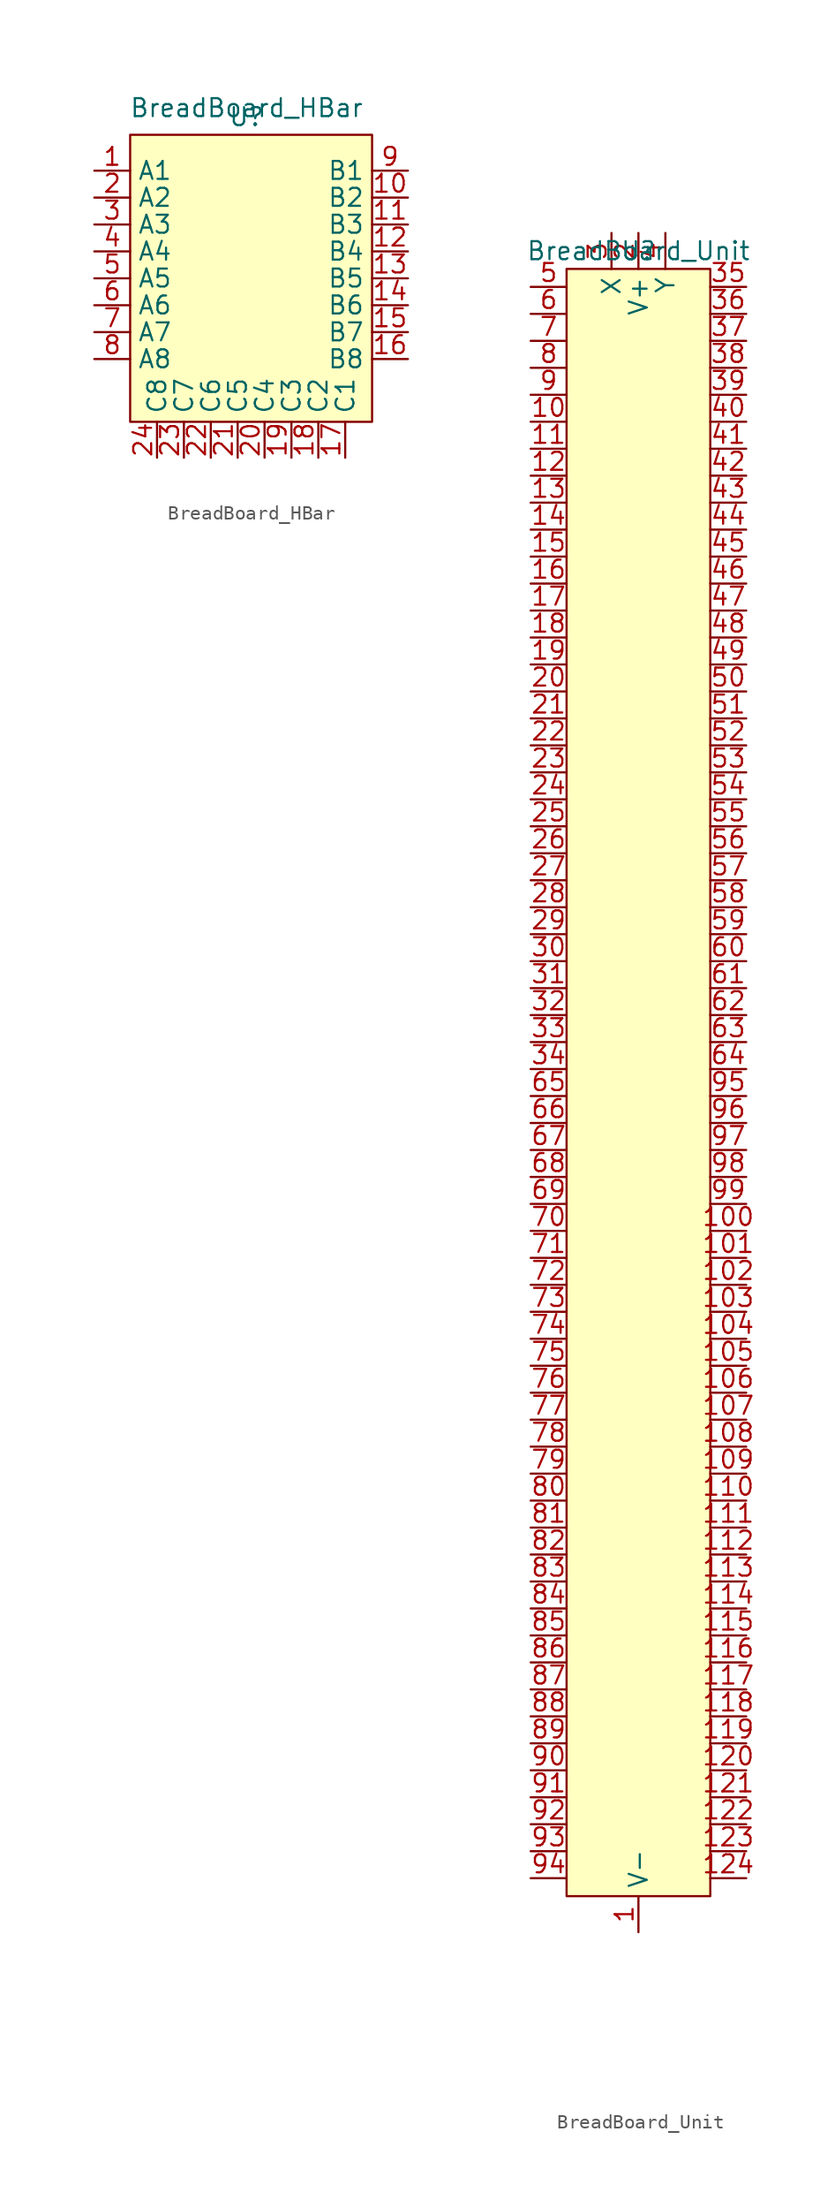
<source format=kicad_sym>
(kicad_symbol_lib
  (version 20241209)
  (generator "kicad_symbol_editor")
  (generator_version "9.0")
  (symbol "BreadBoard_HBar"
    (property "Reference" "U"
      (at 0 -0.635 0)
      (effects (font (size 1.27 1.27))))
    (property "Value" "BreadBoard_HBar"
      (at 0 0 0)
      (effects (font (size 1.27 1.27))))
    (symbol "BreadBoard_HBar_1_1"
      (rectangle (start -8.255 -1.905) (end 8.89 -22.225) (stroke (width 0) (type default)) (fill (type background)))
      (pin passive line (at -10.795 -4.445 0) (length 2.54) (name "A1" (effects (font (size 1.27 1.27)))) (number "1" (effects (font (size 1.27 1.27)))))
      (pin passive line (at -10.795 -6.35 0) (length 2.54) (name "A2" (effects (font (size 1.27 1.27)))) (number "2" (effects (font (size 1.27 1.27)))))
      (pin passive line (at -10.795 -8.255 0) (length 2.54) (name "A3" (effects (font (size 1.27 1.27)))) (number "3" (effects (font (size 1.27 1.27)))))
      (pin passive line (at -10.795 -10.16 0) (length 2.54) (name "A4" (effects (font (size 1.27 1.27)))) (number "4" (effects (font (size 1.27 1.27)))))
      (pin passive line (at -10.795 -12.065 0) (length 2.54) (name "A5" (effects (font (size 1.27 1.27)))) (number "5" (effects (font (size 1.27 1.27)))))
      (pin passive line (at -10.795 -13.97 0) (length 2.54) (name "A6" (effects (font (size 1.27 1.27)))) (number "6" (effects (font (size 1.27 1.27)))))
      (pin passive line (at -10.795 -15.875 0) (length 2.54) (name "A7" (effects (font (size 1.27 1.27)))) (number "7" (effects (font (size 1.27 1.27)))))
      (pin passive line (at -10.795 -17.78 0) (length 2.54) (name "A8" (effects (font (size 1.27 1.27)))) (number "8" (effects (font (size 1.27 1.27)))))
      (pin passive line (at -6.35 -24.765 90) (length 2.54) (name "C8" (effects (font (size 1.27 1.27)))) (number "24" (effects (font (size 1.27 1.27)))))
      (pin passive line (at -4.445 -24.765 90) (length 2.54) (name "C7" (effects (font (size 1.27 1.27)))) (number "23" (effects (font (size 1.27 1.27)))))
      (pin passive line (at -2.54 -24.765 90) (length 2.54) (name "C6" (effects (font (size 1.27 1.27)))) (number "22" (effects (font (size 1.27 1.27)))))
      (pin passive line (at -0.635 -24.765 90) (length 2.54) (name "C5" (effects (font (size 1.27 1.27)))) (number "21" (effects (font (size 1.27 1.27)))))
      (pin passive line (at 1.27 -24.765 90) (length 2.54) (name "C4" (effects (font (size 1.27 1.27)))) (number "20" (effects (font (size 1.27 1.27)))))
      (pin passive line (at 3.175 -24.765 90) (length 2.54) (name "C3" (effects (font (size 1.27 1.27)))) (number "19" (effects (font (size 1.27 1.27)))))
      (pin passive line (at 5.08 -24.765 90) (length 2.54) (name "C2" (effects (font (size 1.27 1.27)))) (number "18" (effects (font (size 1.27 1.27)))))
      (pin passive line (at 6.985 -24.765 90) (length 2.54) (name "C1" (effects (font (size 1.27 1.27)))) (number "17" (effects (font (size 1.27 1.27)))))
      (pin passive line (at 11.43 -4.445 180) (length 2.54) (name "B1" (effects (font (size 1.27 1.27)))) (number "9" (effects (font (size 1.27 1.27)))))
      (pin passive line (at 11.43 -6.35 180) (length 2.54) (name "B2" (effects (font (size 1.27 1.27)))) (number "10" (effects (font (size 1.27 1.27)))))
      (pin passive line (at 11.43 -8.255 180) (length 2.54) (name "B3" (effects (font (size 1.27 1.27)))) (number "11" (effects (font (size 1.27 1.27)))))
      (pin passive line (at 11.43 -10.16 180) (length 2.54) (name "B4" (effects (font (size 1.27 1.27)))) (number "12" (effects (font (size 1.27 1.27)))))
      (pin passive line (at 11.43 -12.065 180) (length 2.54) (name "B5" (effects (font (size 1.27 1.27)))) (number "13" (effects (font (size 1.27 1.27)))))
      (pin passive line (at 11.43 -13.97 180) (length 2.54) (name "B6" (effects (font (size 1.27 1.27)))) (number "14" (effects (font (size 1.27 1.27)))))
      (pin passive line (at 11.43 -15.875 180) (length 2.54) (name "B7" (effects (font (size 1.27 1.27)))) (number "15" (effects (font (size 1.27 1.27)))))
      (pin passive line (at 11.43 -17.78 180) (length 2.54) (name "B8" (effects (font (size 1.27 1.27)))) (number "16" (effects (font (size 1.27 1.27)))))))
  (symbol "BreadBoard_Unit"
    (property "Reference" "U"
      (at 0 0 0)
      (effects (font (size 1.27 1.27))))
    (property "Value" "BreadBoard_Unit"
      (at 0 0 0)
      (effects (font (size 1.27 1.27))))
    (symbol "BreadBoard_Unit_1_1"
      (rectangle (start -5.08 -1.27) (end 5.08 -116.205) (stroke (width 0) (type default)) (fill (type background)))
      (pin passive line (at -7.62 -2.54 0) (length 2.54) (name "~" (effects (font (size 1.27 1.27)))) (number "5" (effects (font (size 1.27 1.27)))))
      (pin passive line (at -7.62 -4.445 0) (length 2.54) (name "~" (effects (font (size 1.27 1.27)))) (number "6" (effects (font (size 1.27 1.27)))))
      (pin passive line (at -7.62 -6.35 0) (length 2.54) (name "~" (effects (font (size 1.27 1.27)))) (number "7" (effects (font (size 1.27 1.27)))))
      (pin passive line (at -7.62 -8.255 0) (length 2.54) (name "~" (effects (font (size 1.27 1.27)))) (number "8" (effects (font (size 1.27 1.27)))))
      (pin passive line (at -7.62 -10.16 0) (length 2.54) (name "~" (effects (font (size 1.27 1.27)))) (number "9" (effects (font (size 1.27 1.27)))))
      (pin passive line (at -7.62 -12.065 0) (length 2.54) (name "~" (effects (font (size 1.27 1.27)))) (number "10" (effects (font (size 1.27 1.27)))))
      (pin passive line (at -7.62 -13.97 0) (length 2.54) (name "~" (effects (font (size 1.27 1.27)))) (number "11" (effects (font (size 1.27 1.27)))))
      (pin passive line (at -7.62 -15.875 0) (length 2.54) (name "~" (effects (font (size 1.27 1.27)))) (number "12" (effects (font (size 1.27 1.27)))))
      (pin passive line (at -7.62 -17.78 0) (length 2.54) (name "~" (effects (font (size 1.27 1.27)))) (number "13" (effects (font (size 1.27 1.27)))))
      (pin passive line (at -7.62 -19.685 0) (length 2.54) (name "~" (effects (font (size 1.27 1.27)))) (number "14" (effects (font (size 1.27 1.27)))))
      (pin passive line (at -7.62 -21.59 0) (length 2.54) (name "~" (effects (font (size 1.27 1.27)))) (number "15" (effects (font (size 1.27 1.27)))))
      (pin passive line (at -7.62 -23.495 0) (length 2.54) (name "~" (effects (font (size 1.27 1.27)))) (number "16" (effects (font (size 1.27 1.27)))))
      (pin passive line (at -7.62 -25.4 0) (length 2.54) (name "~" (effects (font (size 1.27 1.27)))) (number "17" (effects (font (size 1.27 1.27)))))
      (pin passive line (at -7.62 -27.305 0) (length 2.54) (name "~" (effects (font (size 1.27 1.27)))) (number "18" (effects (font (size 1.27 1.27)))))
      (pin passive line (at -7.62 -29.21 0) (length 2.54) (name "~" (effects (font (size 1.27 1.27)))) (number "19" (effects (font (size 1.27 1.27)))))
      (pin passive line (at -7.62 -31.115 0) (length 2.54) (name "~" (effects (font (size 1.27 1.27)))) (number "20" (effects (font (size 1.27 1.27)))))
      (pin passive line (at -7.62 -33.02 0) (length 2.54) (name "~" (effects (font (size 1.27 1.27)))) (number "21" (effects (font (size 1.27 1.27)))))
      (pin passive line (at -7.62 -34.925 0) (length 2.54) (name "~" (effects (font (size 1.27 1.27)))) (number "22" (effects (font (size 1.27 1.27)))))
      (pin passive line (at -7.62 -36.83 0) (length 2.54) (name "~" (effects (font (size 1.27 1.27)))) (number "23" (effects (font (size 1.27 1.27)))))
      (pin passive line (at -7.62 -38.735 0) (length 2.54) (name "~" (effects (font (size 1.27 1.27)))) (number "24" (effects (font (size 1.27 1.27)))))
      (pin passive line (at -7.62 -40.64 0) (length 2.54) (name "~" (effects (font (size 1.27 1.27)))) (number "25" (effects (font (size 1.27 1.27)))))
      (pin passive line (at -7.62 -42.545 0) (length 2.54) (name "~" (effects (font (size 1.27 1.27)))) (number "26" (effects (font (size 1.27 1.27)))))
      (pin passive line (at -7.62 -44.45 0) (length 2.54) (name "~" (effects (font (size 1.27 1.27)))) (number "27" (effects (font (size 1.27 1.27)))))
      (pin passive line (at -7.62 -46.355 0) (length 2.54) (name "~" (effects (font (size 1.27 1.27)))) (number "28" (effects (font (size 1.27 1.27)))))
      (pin passive line (at -7.62 -48.26 0) (length 2.54) (name "~" (effects (font (size 1.27 1.27)))) (number "29" (effects (font (size 1.27 1.27)))))
      (pin passive line (at -7.62 -50.165 0) (length 2.54) (name "~" (effects (font (size 1.27 1.27)))) (number "30" (effects (font (size 1.27 1.27)))))
      (pin passive line (at -7.62 -52.07 0) (length 2.54) (name "~" (effects (font (size 1.27 1.27)))) (number "31" (effects (font (size 1.27 1.27)))))
      (pin passive line (at -7.62 -53.975 0) (length 2.54) (name "~" (effects (font (size 1.27 1.27)))) (number "32" (effects (font (size 1.27 1.27)))))
      (pin passive line (at -7.62 -55.88 0) (length 2.54) (name "~" (effects (font (size 1.27 1.27)))) (number "33" (effects (font (size 1.27 1.27)))))
      (pin passive line (at -7.62 -57.785 0) (length 2.54) (name "~" (effects (font (size 1.27 1.27)))) (number "34" (effects (font (size 1.27 1.27)))))
      (pin passive line (at -7.62 -59.69 0) (length 2.54) (name "~" (effects (font (size 1.27 1.27)))) (number "65" (effects (font (size 1.27 1.27)))))
      (pin passive line (at -7.62 -61.595 0) (length 2.54) (name "~" (effects (font (size 1.27 1.27)))) (number "66" (effects (font (size 1.27 1.27)))))
      (pin passive line (at -7.62 -63.5 0) (length 2.54) (name "~" (effects (font (size 1.27 1.27)))) (number "67" (effects (font (size 1.27 1.27)))))
      (pin passive line (at -7.62 -65.405 0) (length 2.54) (name "~" (effects (font (size 1.27 1.27)))) (number "68" (effects (font (size 1.27 1.27)))))
      (pin passive line (at -7.62 -67.31 0) (length 2.54) (name "~" (effects (font (size 1.27 1.27)))) (number "69" (effects (font (size 1.27 1.27)))))
      (pin passive line (at -7.62 -69.215 0) (length 2.54) (name "~" (effects (font (size 1.27 1.27)))) (number "70" (effects (font (size 1.27 1.27)))))
      (pin passive line (at -7.62 -71.12 0) (length 2.54) (name "~" (effects (font (size 1.27 1.27)))) (number "71" (effects (font (size 1.27 1.27)))))
      (pin passive line (at -7.62 -73.025 0) (length 2.54) (name "~" (effects (font (size 1.27 1.27)))) (number "72" (effects (font (size 1.27 1.27)))))
      (pin passive line (at -7.62 -74.93 0) (length 2.54) (name "~" (effects (font (size 1.27 1.27)))) (number "73" (effects (font (size 1.27 1.27)))))
      (pin passive line (at -7.62 -76.835 0) (length 2.54) (name "~" (effects (font (size 1.27 1.27)))) (number "74" (effects (font (size 1.27 1.27)))))
      (pin passive line (at -7.62 -78.74 0) (length 2.54) (name "~" (effects (font (size 1.27 1.27)))) (number "75" (effects (font (size 1.27 1.27)))))
      (pin passive line (at -7.62 -80.645 0) (length 2.54) (name "~" (effects (font (size 1.27 1.27)))) (number "76" (effects (font (size 1.27 1.27)))))
      (pin passive line (at -7.62 -82.55 0) (length 2.54) (name "~" (effects (font (size 1.27 1.27)))) (number "77" (effects (font (size 1.27 1.27)))))
      (pin passive line (at -7.62 -84.455 0) (length 2.54) (name "~" (effects (font (size 1.27 1.27)))) (number "78" (effects (font (size 1.27 1.27)))))
      (pin passive line (at -7.62 -86.36 0) (length 2.54) (name "~" (effects (font (size 1.27 1.27)))) (number "79" (effects (font (size 1.27 1.27)))))
      (pin passive line (at -7.62 -88.265 0) (length 2.54) (name "~" (effects (font (size 1.27 1.27)))) (number "80" (effects (font (size 1.27 1.27)))))
      (pin passive line (at -7.62 -90.17 0) (length 2.54) (name "~" (effects (font (size 1.27 1.27)))) (number "81" (effects (font (size 1.27 1.27)))))
      (pin passive line (at -7.62 -92.075 0) (length 2.54) (name "~" (effects (font (size 1.27 1.27)))) (number "82" (effects (font (size 1.27 1.27)))))
      (pin passive line (at -7.62 -93.98 0) (length 2.54) (name "~" (effects (font (size 1.27 1.27)))) (number "83" (effects (font (size 1.27 1.27)))))
      (pin passive line (at -7.62 -95.885 0) (length 2.54) (name "~" (effects (font (size 1.27 1.27)))) (number "84" (effects (font (size 1.27 1.27)))))
      (pin passive line (at -7.62 -97.79 0) (length 2.54) (name "~" (effects (font (size 1.27 1.27)))) (number "85" (effects (font (size 1.27 1.27)))))
      (pin passive line (at -7.62 -99.695 0) (length 2.54) (name "~" (effects (font (size 1.27 1.27)))) (number "86" (effects (font (size 1.27 1.27)))))
      (pin passive line (at -7.62 -101.6 0) (length 2.54) (name "~" (effects (font (size 1.27 1.27)))) (number "87" (effects (font (size 1.27 1.27)))))
      (pin passive line (at -7.62 -103.505 0) (length 2.54) (name "~" (effects (font (size 1.27 1.27)))) (number "88" (effects (font (size 1.27 1.27)))))
      (pin passive line (at -7.62 -105.41 0) (length 2.54) (name "~" (effects (font (size 1.27 1.27)))) (number "89" (effects (font (size 1.27 1.27)))))
      (pin passive line (at -7.62 -107.315 0) (length 2.54) (name "~" (effects (font (size 1.27 1.27)))) (number "90" (effects (font (size 1.27 1.27)))))
      (pin passive line (at -7.62 -109.22 0) (length 2.54) (name "~" (effects (font (size 1.27 1.27)))) (number "91" (effects (font (size 1.27 1.27)))))
      (pin passive line (at -7.62 -111.125 0) (length 2.54) (name "~" (effects (font (size 1.27 1.27)))) (number "92" (effects (font (size 1.27 1.27)))))
      (pin passive line (at -7.62 -113.03 0) (length 2.54) (name "~" (effects (font (size 1.27 1.27)))) (number "93" (effects (font (size 1.27 1.27)))))
      (pin passive line (at -7.62 -114.935 0) (length 2.54) (name "~" (effects (font (size 1.27 1.27)))) (number "94" (effects (font (size 1.27 1.27)))))
      (pin passive line (at -1.905 1.27 270) (length 2.54) (name "X" (effects (font (size 1.27 1.27)))) (number "3" (effects (font (size 1.27 1.27)))))
      (pin passive line (at 0 1.27 270) (length 2.54) (name "V+" (effects (font (size 1.27 1.27)))) (number "2" (effects (font (size 1.27 1.27)))))
      (pin passive line (at 0 -118.745 90) (length 2.54) (name "V-" (effects (font (size 1.27 1.27)))) (number "1" (effects (font (size 1.27 1.27)))))
      (pin passive line (at 1.905 1.27 270) (length 2.54) (name "Y" (effects (font (size 1.27 1.27)))) (number "4" (effects (font (size 1.27 1.27)))))
      (pin passive line (at 7.62 -2.54 180) (length 2.54) (name "~" (effects (font (size 1.27 1.27)))) (number "35" (effects (font (size 1.27 1.27)))))
      (pin passive line (at 7.62 -4.445 180) (length 2.54) (name "~" (effects (font (size 1.27 1.27)))) (number "36" (effects (font (size 1.27 1.27)))))
      (pin passive line (at 7.62 -6.35 180) (length 2.54) (name "~" (effects (font (size 1.27 1.27)))) (number "37" (effects (font (size 1.27 1.27)))))
      (pin passive line (at 7.62 -8.255 180) (length 2.54) (name "~" (effects (font (size 1.27 1.27)))) (number "38" (effects (font (size 1.27 1.27)))))
      (pin passive line (at 7.62 -10.16 180) (length 2.54) (name "~" (effects (font (size 1.27 1.27)))) (number "39" (effects (font (size 1.27 1.27)))))
      (pin passive line (at 7.62 -12.065 180) (length 2.54) (name "~" (effects (font (size 1.27 1.27)))) (number "40" (effects (font (size 1.27 1.27)))))
      (pin passive line (at 7.62 -13.97 180) (length 2.54) (name "~" (effects (font (size 1.27 1.27)))) (number "41" (effects (font (size 1.27 1.27)))))
      (pin passive line (at 7.62 -15.875 180) (length 2.54) (name "~" (effects (font (size 1.27 1.27)))) (number "42" (effects (font (size 1.27 1.27)))))
      (pin passive line (at 7.62 -17.78 180) (length 2.54) (name "~" (effects (font (size 1.27 1.27)))) (number "43" (effects (font (size 1.27 1.27)))))
      (pin passive line (at 7.62 -19.685 180) (length 2.54) (name "~" (effects (font (size 1.27 1.27)))) (number "44" (effects (font (size 1.27 1.27)))))
      (pin passive line (at 7.62 -21.59 180) (length 2.54) (name "~" (effects (font (size 1.27 1.27)))) (number "45" (effects (font (size 1.27 1.27)))))
      (pin passive line (at 7.62 -23.495 180) (length 2.54) (name "~" (effects (font (size 1.27 1.27)))) (number "46" (effects (font (size 1.27 1.27)))))
      (pin passive line (at 7.62 -25.4 180) (length 2.54) (name "~" (effects (font (size 1.27 1.27)))) (number "47" (effects (font (size 1.27 1.27)))))
      (pin passive line (at 7.62 -27.305 180) (length 2.54) (name "~" (effects (font (size 1.27 1.27)))) (number "48" (effects (font (size 1.27 1.27)))))
      (pin passive line (at 7.62 -29.21 180) (length 2.54) (name "~" (effects (font (size 1.27 1.27)))) (number "49" (effects (font (size 1.27 1.27)))))
      (pin passive line (at 7.62 -31.115 180) (length 2.54) (name "~" (effects (font (size 1.27 1.27)))) (number "50" (effects (font (size 1.27 1.27)))))
      (pin passive line (at 7.62 -33.02 180) (length 2.54) (name "~" (effects (font (size 1.27 1.27)))) (number "51" (effects (font (size 1.27 1.27)))))
      (pin passive line (at 7.62 -34.925 180) (length 2.54) (name "~" (effects (font (size 1.27 1.27)))) (number "52" (effects (font (size 1.27 1.27)))))
      (pin passive line (at 7.62 -36.83 180) (length 2.54) (name "~" (effects (font (size 1.27 1.27)))) (number "53" (effects (font (size 1.27 1.27)))))
      (pin passive line (at 7.62 -38.735 180) (length 2.54) (name "~" (effects (font (size 1.27 1.27)))) (number "54" (effects (font (size 1.27 1.27)))))
      (pin passive line (at 7.62 -40.64 180) (length 2.54) (name "~" (effects (font (size 1.27 1.27)))) (number "55" (effects (font (size 1.27 1.27)))))
      (pin passive line (at 7.62 -42.545 180) (length 2.54) (name "~" (effects (font (size 1.27 1.27)))) (number "56" (effects (font (size 1.27 1.27)))))
      (pin passive line (at 7.62 -44.45 180) (length 2.54) (name "~" (effects (font (size 1.27 1.27)))) (number "57" (effects (font (size 1.27 1.27)))))
      (pin passive line (at 7.62 -46.355 180) (length 2.54) (name "~" (effects (font (size 1.27 1.27)))) (number "58" (effects (font (size 1.27 1.27)))))
      (pin passive line (at 7.62 -48.26 180) (length 2.54) (name "~" (effects (font (size 1.27 1.27)))) (number "59" (effects (font (size 1.27 1.27)))))
      (pin passive line (at 7.62 -50.165 180) (length 2.54) (name "~" (effects (font (size 1.27 1.27)))) (number "60" (effects (font (size 1.27 1.27)))))
      (pin passive line (at 7.62 -52.07 180) (length 2.54) (name "~" (effects (font (size 1.27 1.27)))) (number "61" (effects (font (size 1.27 1.27)))))
      (pin passive line (at 7.62 -53.975 180) (length 2.54) (name "~" (effects (font (size 1.27 1.27)))) (number "62" (effects (font (size 1.27 1.27)))))
      (pin passive line (at 7.62 -55.88 180) (length 2.54) (name "~" (effects (font (size 1.27 1.27)))) (number "63" (effects (font (size 1.27 1.27)))))
      (pin passive line (at 7.62 -57.785 180) (length 2.54) (name "~" (effects (font (size 1.27 1.27)))) (number "64" (effects (font (size 1.27 1.27)))))
      (pin passive line (at 7.62 -59.69 180) (length 2.54) (name "~" (effects (font (size 1.27 1.27)))) (number "95" (effects (font (size 1.27 1.27)))))
      (pin passive line (at 7.62 -61.595 180) (length 2.54) (name "~" (effects (font (size 1.27 1.27)))) (number "96" (effects (font (size 1.27 1.27)))))
      (pin passive line (at 7.62 -63.5 180) (length 2.54) (name "~" (effects (font (size 1.27 1.27)))) (number "97" (effects (font (size 1.27 1.27)))))
      (pin passive line (at 7.62 -65.405 180) (length 2.54) (name "~" (effects (font (size 1.27 1.27)))) (number "98" (effects (font (size 1.27 1.27)))))
      (pin passive line (at 7.62 -67.31 180) (length 2.54) (name "~" (effects (font (size 1.27 1.27)))) (number "99" (effects (font (size 1.27 1.27)))))
      (pin passive line (at 7.62 -69.215 180) (length 2.54) (name "~" (effects (font (size 1.27 1.27)))) (number "100" (effects (font (size 1.27 1.27)))))
      (pin passive line (at 7.62 -71.12 180) (length 2.54) (name "~" (effects (font (size 1.27 1.27)))) (number "101" (effects (font (size 1.27 1.27)))))
      (pin passive line (at 7.62 -73.025 180) (length 2.54) (name "~" (effects (font (size 1.27 1.27)))) (number "102" (effects (font (size 1.27 1.27)))))
      (pin passive line (at 7.62 -74.93 180) (length 2.54) (name "~" (effects (font (size 1.27 1.27)))) (number "103" (effects (font (size 1.27 1.27)))))
      (pin passive line (at 7.62 -76.835 180) (length 2.54) (name "~" (effects (font (size 1.27 1.27)))) (number "104" (effects (font (size 1.27 1.27)))))
      (pin passive line (at 7.62 -78.74 180) (length 2.54) (name "~" (effects (font (size 1.27 1.27)))) (number "105" (effects (font (size 1.27 1.27)))))
      (pin passive line (at 7.62 -80.645 180) (length 2.54) (name "~" (effects (font (size 1.27 1.27)))) (number "106" (effects (font (size 1.27 1.27)))))
      (pin passive line (at 7.62 -82.55 180) (length 2.54) (name "~" (effects (font (size 1.27 1.27)))) (number "107" (effects (font (size 1.27 1.27)))))
      (pin passive line (at 7.62 -84.455 180) (length 2.54) (name "~" (effects (font (size 1.27 1.27)))) (number "108" (effects (font (size 1.27 1.27)))))
      (pin passive line (at 7.62 -86.36 180) (length 2.54) (name "~" (effects (font (size 1.27 1.27)))) (number "109" (effects (font (size 1.27 1.27)))))
      (pin passive line (at 7.62 -88.265 180) (length 2.54) (name "~" (effects (font (size 1.27 1.27)))) (number "110" (effects (font (size 1.27 1.27)))))
      (pin passive line (at 7.62 -90.17 180) (length 2.54) (name "~" (effects (font (size 1.27 1.27)))) (number "111" (effects (font (size 1.27 1.27)))))
      (pin passive line (at 7.62 -92.075 180) (length 2.54) (name "~" (effects (font (size 1.27 1.27)))) (number "112" (effects (font (size 1.27 1.27)))))
      (pin passive line (at 7.62 -93.98 180) (length 2.54) (name "~" (effects (font (size 1.27 1.27)))) (number "113" (effects (font (size 1.27 1.27)))))
      (pin passive line (at 7.62 -95.885 180) (length 2.54) (name "~" (effects (font (size 1.27 1.27)))) (number "114" (effects (font (size 1.27 1.27)))))
      (pin passive line (at 7.62 -97.79 180) (length 2.54) (name "~" (effects (font (size 1.27 1.27)))) (number "115" (effects (font (size 1.27 1.27)))))
      (pin passive line (at 7.62 -99.695 180) (length 2.54) (name "~" (effects (font (size 1.27 1.27)))) (number "116" (effects (font (size 1.27 1.27)))))
      (pin passive line (at 7.62 -101.6 180) (length 2.54) (name "~" (effects (font (size 1.27 1.27)))) (number "117" (effects (font (size 1.27 1.27)))))
      (pin passive line (at 7.62 -103.505 180) (length 2.54) (name "~" (effects (font (size 1.27 1.27)))) (number "118" (effects (font (size 1.27 1.27)))))
      (pin passive line (at 7.62 -105.41 180) (length 2.54) (name "~" (effects (font (size 1.27 1.27)))) (number "119" (effects (font (size 1.27 1.27)))))
      (pin passive line (at 7.62 -107.315 180) (length 2.54) (name "~" (effects (font (size 1.27 1.27)))) (number "120" (effects (font (size 1.27 1.27)))))
      (pin passive line (at 7.62 -109.22 180) (length 2.54) (name "~" (effects (font (size 1.27 1.27)))) (number "121" (effects (font (size 1.27 1.27)))))
      (pin passive line (at 7.62 -111.125 180) (length 2.54) (name "~" (effects (font (size 1.27 1.27)))) (number "122" (effects (font (size 1.27 1.27)))))
      (pin passive line (at 7.62 -113.03 180) (length 2.54) (name "~" (effects (font (size 1.27 1.27)))) (number "123" (effects (font (size 1.27 1.27)))))
      (pin passive line (at 7.62 -114.935 180) (length 2.54) (name "~" (effects (font (size 1.27 1.27)))) (number "124" (effects (font (size 1.27 1.27))))))))
</source>
